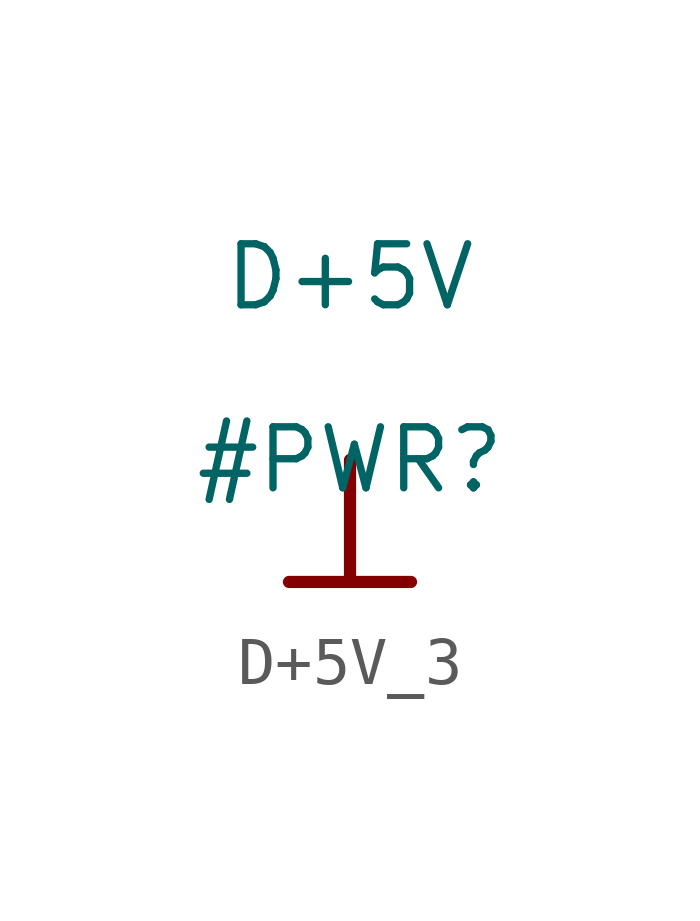
<source format=kicad_sym>
(kicad_symbol_lib
  (version 20241209)
  (generator "kicad_symbol_editor")
  (generator_version "9.0")
  (symbol "D+5V_3"
    (power)
    (property "Reference" "#PWR"
      (at 0 0 0)
      (effects (font (size 1.27 1.27))))
    (property "Value" "D+5V"
      (at 0 3.81 0)
      (effects (font (size 1.27 1.27))))
    (symbol "D+5V_3_0_0"
      (polyline (pts (xy -1.27 -2.54) (xy 1.27 -2.54)) (stroke (width 0.254) (type solid)) (fill (type none)))
      (polyline (pts (xy 0 0) (xy 0 -2.54)) (stroke (width 0.254) (type solid)) (fill (type none))))
    (symbol "D+5V_3_1_0"
      (pin power_out line (at 0 0 0) (length 0) (hide yes) (name "D+5V" (effects (font (size 1.27 1.27)))) (number "" (effects (font (size 1.27 1.27))))))))
</source>
